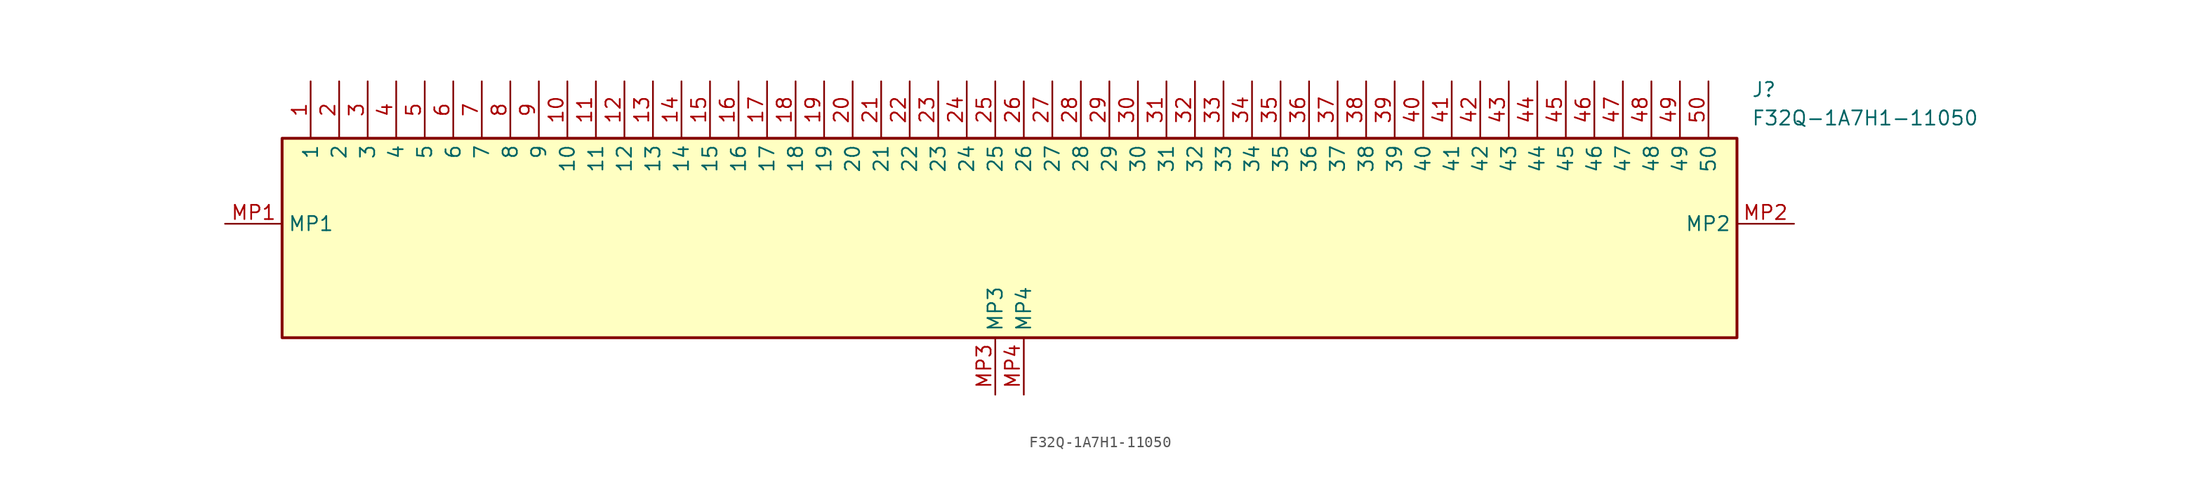
<source format=kicad_sym>
(kicad_symbol_lib
  (version 20211014)
  (generator SamacSys_ECAD_Model)
  (symbol "F32Q-1A7H1-11050"
    (property "Reference" "J"
      (at 135.89 12.7 0)
      (effects (font (size 1.27 1.27)) (justify left top)))
    (property "Value" "F32Q-1A7H1-11050"
      (at 135.89 10.16 0)
      (effects (font (size 1.27 1.27)) (justify left top)))
    (rectangle
      (start 5.08 7.62)
      (end 134.62 -10.16)
      (stroke (width 0.254) (type default))
      (fill (type background)))
    (pin passive line
      (at 7.62 12.7 270)
      (length 5.08)
      (name "1" (effects (font (size 1.27 1.27))))
      (number "1" (effects (font (size 1.27 1.27)))))
    (pin passive line
      (at 10.16 12.7 270)
      (length 5.08)
      (name "2" (effects (font (size 1.27 1.27))))
      (number "2" (effects (font (size 1.27 1.27)))))
    (pin passive line
      (at 12.7 12.7 270)
      (length 5.08)
      (name "3" (effects (font (size 1.27 1.27))))
      (number "3" (effects (font (size 1.27 1.27)))))
    (pin passive line
      (at 15.24 12.7 270)
      (length 5.08)
      (name "4" (effects (font (size 1.27 1.27))))
      (number "4" (effects (font (size 1.27 1.27)))))
    (pin passive line
      (at 17.78 12.7 270)
      (length 5.08)
      (name "5" (effects (font (size 1.27 1.27))))
      (number "5" (effects (font (size 1.27 1.27)))))
    (pin passive line
      (at 20.32 12.7 270)
      (length 5.08)
      (name "6" (effects (font (size 1.27 1.27))))
      (number "6" (effects (font (size 1.27 1.27)))))
    (pin passive line
      (at 22.86 12.7 270)
      (length 5.08)
      (name "7" (effects (font (size 1.27 1.27))))
      (number "7" (effects (font (size 1.27 1.27)))))
    (pin passive line
      (at 25.4 12.7 270)
      (length 5.08)
      (name "8" (effects (font (size 1.27 1.27))))
      (number "8" (effects (font (size 1.27 1.27)))))
    (pin passive line
      (at 27.94 12.7 270)
      (length 5.08)
      (name "9" (effects (font (size 1.27 1.27))))
      (number "9" (effects (font (size 1.27 1.27)))))
    (pin passive line
      (at 30.48 12.7 270)
      (length 5.08)
      (name "10" (effects (font (size 1.27 1.27))))
      (number "10" (effects (font (size 1.27 1.27)))))
    (pin passive line
      (at 33.02 12.7 270)
      (length 5.08)
      (name "11" (effects (font (size 1.27 1.27))))
      (number "11" (effects (font (size 1.27 1.27)))))
    (pin passive line
      (at 35.56 12.7 270)
      (length 5.08)
      (name "12" (effects (font (size 1.27 1.27))))
      (number "12" (effects (font (size 1.27 1.27)))))
    (pin passive line
      (at 38.1 12.7 270)
      (length 5.08)
      (name "13" (effects (font (size 1.27 1.27))))
      (number "13" (effects (font (size 1.27 1.27)))))
    (pin passive line
      (at 40.64 12.7 270)
      (length 5.08)
      (name "14" (effects (font (size 1.27 1.27))))
      (number "14" (effects (font (size 1.27 1.27)))))
    (pin passive line
      (at 43.18 12.7 270)
      (length 5.08)
      (name "15" (effects (font (size 1.27 1.27))))
      (number "15" (effects (font (size 1.27 1.27)))))
    (pin passive line
      (at 45.72 12.7 270)
      (length 5.08)
      (name "16" (effects (font (size 1.27 1.27))))
      (number "16" (effects (font (size 1.27 1.27)))))
    (pin passive line
      (at 48.26 12.7 270)
      (length 5.08)
      (name "17" (effects (font (size 1.27 1.27))))
      (number "17" (effects (font (size 1.27 1.27)))))
    (pin passive line
      (at 50.8 12.7 270)
      (length 5.08)
      (name "18" (effects (font (size 1.27 1.27))))
      (number "18" (effects (font (size 1.27 1.27)))))
    (pin passive line
      (at 53.34 12.7 270)
      (length 5.08)
      (name "19" (effects (font (size 1.27 1.27))))
      (number "19" (effects (font (size 1.27 1.27)))))
    (pin passive line
      (at 55.88 12.7 270)
      (length 5.08)
      (name "20" (effects (font (size 1.27 1.27))))
      (number "20" (effects (font (size 1.27 1.27)))))
    (pin passive line
      (at 58.42 12.7 270)
      (length 5.08)
      (name "21" (effects (font (size 1.27 1.27))))
      (number "21" (effects (font (size 1.27 1.27)))))
    (pin passive line
      (at 60.96 12.7 270)
      (length 5.08)
      (name "22" (effects (font (size 1.27 1.27))))
      (number "22" (effects (font (size 1.27 1.27)))))
    (pin passive line
      (at 63.5 12.7 270)
      (length 5.08)
      (name "23" (effects (font (size 1.27 1.27))))
      (number "23" (effects (font (size 1.27 1.27)))))
    (pin passive line
      (at 66.04 12.7 270)
      (length 5.08)
      (name "24" (effects (font (size 1.27 1.27))))
      (number "24" (effects (font (size 1.27 1.27)))))
    (pin passive line
      (at 68.58 12.7 270)
      (length 5.08)
      (name "25" (effects (font (size 1.27 1.27))))
      (number "25" (effects (font (size 1.27 1.27)))))
    (pin passive line
      (at 71.12 12.7 270)
      (length 5.08)
      (name "26" (effects (font (size 1.27 1.27))))
      (number "26" (effects (font (size 1.27 1.27)))))
    (pin passive line
      (at 73.66 12.7 270)
      (length 5.08)
      (name "27" (effects (font (size 1.27 1.27))))
      (number "27" (effects (font (size 1.27 1.27)))))
    (pin passive line
      (at 76.2 12.7 270)
      (length 5.08)
      (name "28" (effects (font (size 1.27 1.27))))
      (number "28" (effects (font (size 1.27 1.27)))))
    (pin passive line
      (at 78.74 12.7 270)
      (length 5.08)
      (name "29" (effects (font (size 1.27 1.27))))
      (number "29" (effects (font (size 1.27 1.27)))))
    (pin passive line
      (at 81.28 12.7 270)
      (length 5.08)
      (name "30" (effects (font (size 1.27 1.27))))
      (number "30" (effects (font (size 1.27 1.27)))))
    (pin passive line
      (at 83.82 12.7 270)
      (length 5.08)
      (name "31" (effects (font (size 1.27 1.27))))
      (number "31" (effects (font (size 1.27 1.27)))))
    (pin passive line
      (at 86.36 12.7 270)
      (length 5.08)
      (name "32" (effects (font (size 1.27 1.27))))
      (number "32" (effects (font (size 1.27 1.27)))))
    (pin passive line
      (at 88.9 12.7 270)
      (length 5.08)
      (name "33" (effects (font (size 1.27 1.27))))
      (number "33" (effects (font (size 1.27 1.27)))))
    (pin passive line
      (at 91.44 12.7 270)
      (length 5.08)
      (name "34" (effects (font (size 1.27 1.27))))
      (number "34" (effects (font (size 1.27 1.27)))))
    (pin passive line
      (at 93.98 12.7 270)
      (length 5.08)
      (name "35" (effects (font (size 1.27 1.27))))
      (number "35" (effects (font (size 1.27 1.27)))))
    (pin passive line
      (at 96.52 12.7 270)
      (length 5.08)
      (name "36" (effects (font (size 1.27 1.27))))
      (number "36" (effects (font (size 1.27 1.27)))))
    (pin passive line
      (at 99.06 12.7 270)
      (length 5.08)
      (name "37" (effects (font (size 1.27 1.27))))
      (number "37" (effects (font (size 1.27 1.27)))))
    (pin passive line
      (at 101.6 12.7 270)
      (length 5.08)
      (name "38" (effects (font (size 1.27 1.27))))
      (number "38" (effects (font (size 1.27 1.27)))))
    (pin passive line
      (at 104.14 12.7 270)
      (length 5.08)
      (name "39" (effects (font (size 1.27 1.27))))
      (number "39" (effects (font (size 1.27 1.27)))))
    (pin passive line
      (at 106.68 12.7 270)
      (length 5.08)
      (name "40" (effects (font (size 1.27 1.27))))
      (number "40" (effects (font (size 1.27 1.27)))))
    (pin passive line
      (at 109.22 12.7 270)
      (length 5.08)
      (name "41" (effects (font (size 1.27 1.27))))
      (number "41" (effects (font (size 1.27 1.27)))))
    (pin passive line
      (at 111.76 12.7 270)
      (length 5.08)
      (name "42" (effects (font (size 1.27 1.27))))
      (number "42" (effects (font (size 1.27 1.27)))))
    (pin passive line
      (at 114.3 12.7 270)
      (length 5.08)
      (name "43" (effects (font (size 1.27 1.27))))
      (number "43" (effects (font (size 1.27 1.27)))))
    (pin passive line
      (at 116.84 12.7 270)
      (length 5.08)
      (name "44" (effects (font (size 1.27 1.27))))
      (number "44" (effects (font (size 1.27 1.27)))))
    (pin passive line
      (at 119.38 12.7 270)
      (length 5.08)
      (name "45" (effects (font (size 1.27 1.27))))
      (number "45" (effects (font (size 1.27 1.27)))))
    (pin passive line
      (at 121.92 12.7 270)
      (length 5.08)
      (name "46" (effects (font (size 1.27 1.27))))
      (number "46" (effects (font (size 1.27 1.27)))))
    (pin passive line
      (at 124.46 12.7 270)
      (length 5.08)
      (name "47" (effects (font (size 1.27 1.27))))
      (number "47" (effects (font (size 1.27 1.27)))))
    (pin passive line
      (at 127 12.7 270)
      (length 5.08)
      (name "48" (effects (font (size 1.27 1.27))))
      (number "48" (effects (font (size 1.27 1.27)))))
    (pin passive line
      (at 129.54 12.7 270)
      (length 5.08)
      (name "49" (effects (font (size 1.27 1.27))))
      (number "49" (effects (font (size 1.27 1.27)))))
    (pin passive line
      (at 132.08 12.7 270)
      (length 5.08)
      (name "50" (effects (font (size 1.27 1.27))))
      (number "50" (effects (font (size 1.27 1.27)))))
    (pin passive line
      (at 0 0 0)
      (length 5.08)
      (name "MP1" (effects (font (size 1.27 1.27))))
      (number "MP1" (effects (font (size 1.27 1.27)))))
    (pin passive line
      (at 139.7 0 180)
      (length 5.08)
      (name "MP2" (effects (font (size 1.27 1.27))))
      (number "MP2" (effects (font (size 1.27 1.27)))))
    (pin passive line
      (at 68.58 -15.24 90)
      (length 5.08)
      (name "MP3" (effects (font (size 1.27 1.27))))
      (number "MP3" (effects (font (size 1.27 1.27)))))
    (pin passive line
      (at 71.12 -15.24 90)
      (length 5.08)
      (name "MP4" (effects (font (size 1.27 1.27))))
      (number "MP4" (effects (font (size 1.27 1.27)))))))
</source>
